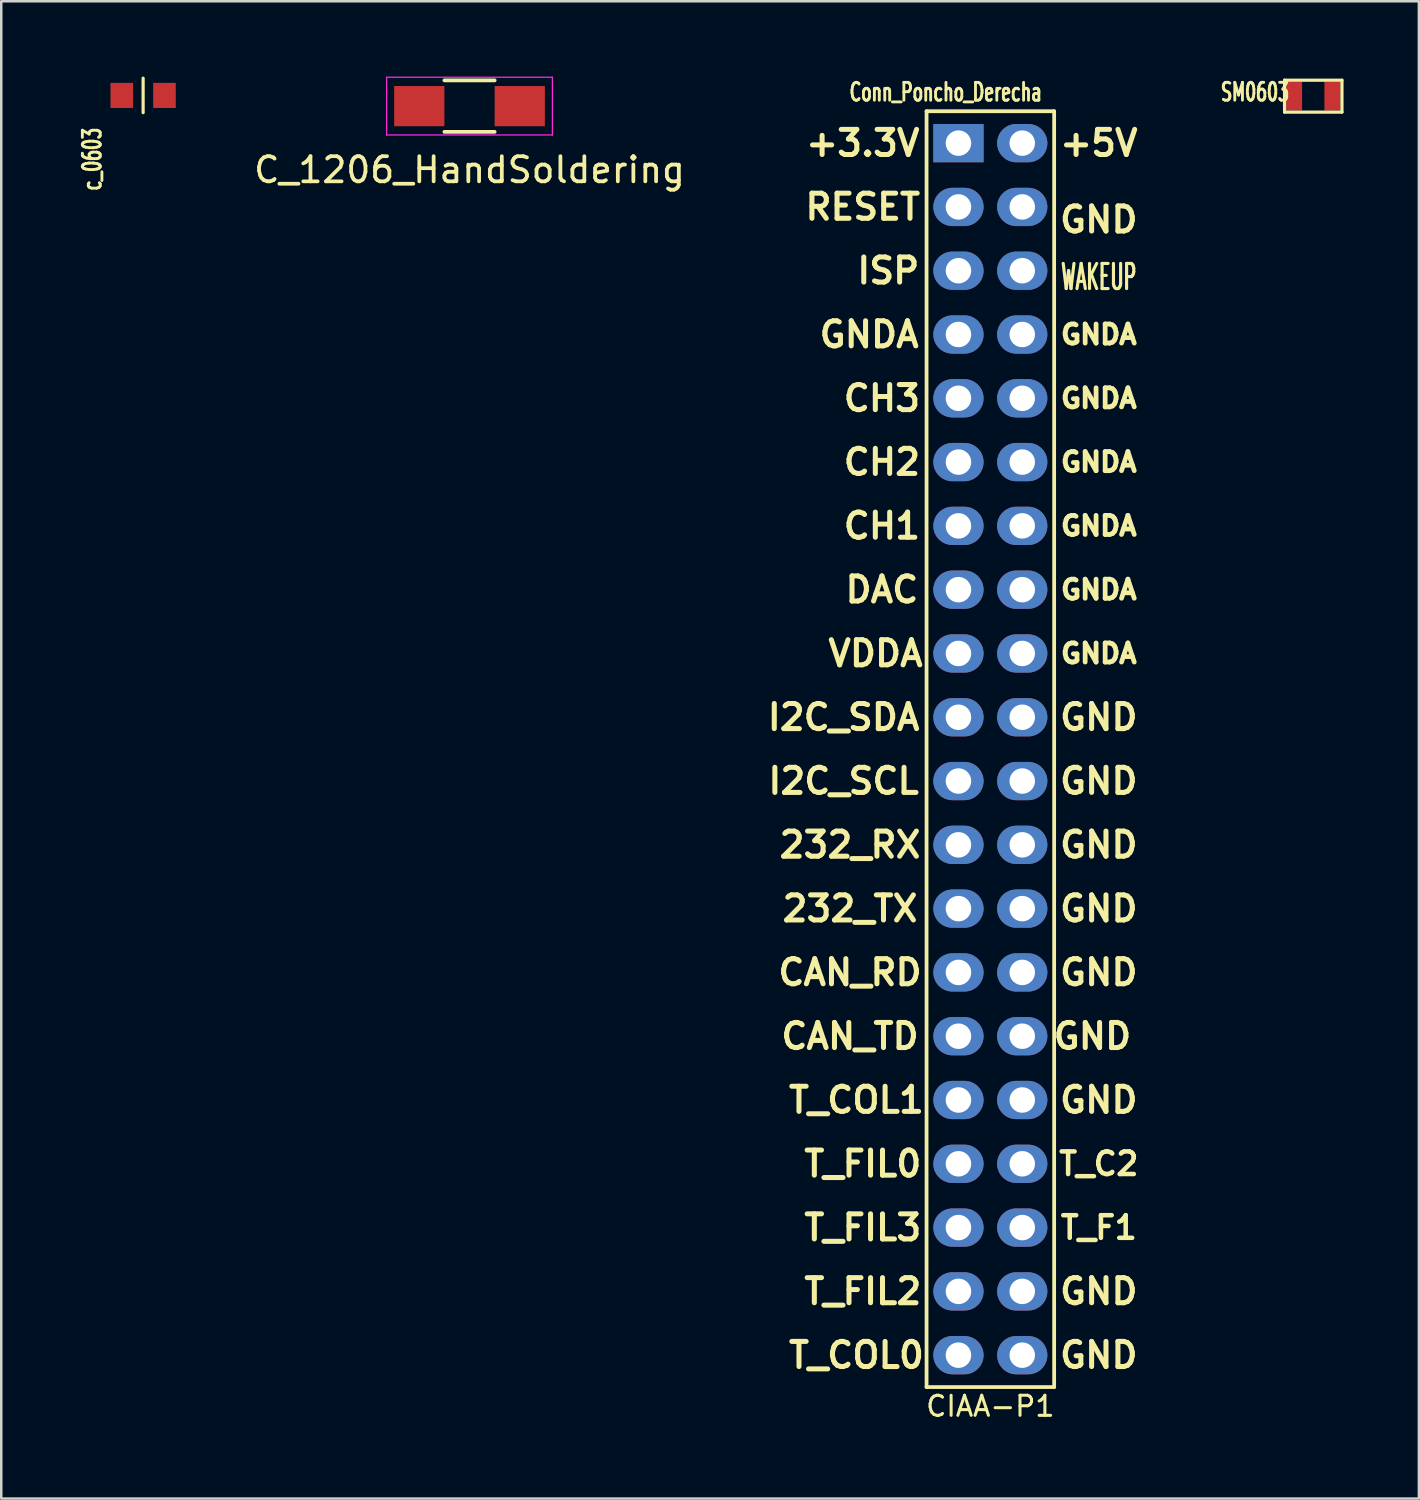
<source format=kicad_pcb>
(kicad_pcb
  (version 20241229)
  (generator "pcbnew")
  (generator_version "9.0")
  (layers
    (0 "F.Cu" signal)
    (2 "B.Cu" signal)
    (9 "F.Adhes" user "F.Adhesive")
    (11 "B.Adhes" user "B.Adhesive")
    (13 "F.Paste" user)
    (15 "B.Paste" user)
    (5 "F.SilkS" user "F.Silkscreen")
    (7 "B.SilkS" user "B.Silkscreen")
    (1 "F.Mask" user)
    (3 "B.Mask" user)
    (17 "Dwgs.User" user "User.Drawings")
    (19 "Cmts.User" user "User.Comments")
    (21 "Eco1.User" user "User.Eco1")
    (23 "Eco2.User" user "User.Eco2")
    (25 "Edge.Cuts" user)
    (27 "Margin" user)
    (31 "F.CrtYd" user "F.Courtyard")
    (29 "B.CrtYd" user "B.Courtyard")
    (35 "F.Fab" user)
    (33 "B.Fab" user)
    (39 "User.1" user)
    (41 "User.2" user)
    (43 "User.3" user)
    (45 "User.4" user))
  (footprint "Conn_Poncho_Derecha"
    (layer "F.Cu")
    (at 35.113 2.649)
    (property "Reference" "Conn_Poncho_Derecha" (at -0.508 -2.032 0) (layer "F.SilkS") (effects (font (size 0.711 0.457) (thickness 0.114))))
    (attr through_hole)
    (fp_line (start -1.27 49.53) (end -1.27 -1.27) (stroke (width 0.15) (type solid)) (layer "F.SilkS"))
    (fp_line (start 3.81 -1.27) (end -1.27 -1.27) (stroke (width 0.15) (type solid)) (layer "F.SilkS"))
    (fp_line (start 3.81 49.53) (end -1.27 49.53) (stroke (width 0.15) (type solid)) (layer "F.SilkS"))
    (fp_line (start 3.81 49.53) (end 3.81 -1.27) (stroke (width 0.15) (type solid)) (layer "F.SilkS"))
    (fp_text user "CH3" (at -3.048 10.16 0) (layer "F.SilkS") (effects (font (size 1 1) (thickness 0.2))))
    (fp_text user "T_FIL0" (at -3.81 40.64 0) (layer "F.SilkS") (effects (font (size 1 1) (thickness 0.2))))
    (fp_text user "CH2" (at -3.048 12.7 0) (layer "F.SilkS") (effects (font (size 1 1) (thickness 0.2))))
    (fp_text user "GND" (at 5.588 33.02 0) (layer "F.SilkS") (effects (font (size 1 1) (thickness 0.2))))
    (fp_text user "T_COL0" (at -4.064 48.26 0) (layer "F.SilkS") (effects (font (size 1 1) (thickness 0.2))))
    (fp_text user "T_F1" (at 5.588 43.18 0) (layer "F.SilkS") (effects (font (size 0.9 0.9) (thickness 0.18))))
    (fp_text user "T_FIL2" (at -3.81 45.72 0) (layer "F.SilkS") (effects (font (size 1 1) (thickness 0.2))))
    (fp_text user "T_C2" (at 5.588 40.64 0) (layer "F.SilkS") (effects (font (size 0.9 0.9) (thickness 0.18))))
    (fp_text user "DAC" (at -3.048 17.78 0) (layer "F.SilkS") (effects (font (size 1 1) (thickness 0.2))))
    (fp_text user "+5V" (at 5.588 0 0) (layer "F.SilkS") (effects (font (size 1 1) (thickness 0.2))))
    (fp_text user "GNDA" (at 5.588 10.16 0) (layer "F.SilkS") (effects (font (size 0.76 0.76) (thickness 0.19))))
    (fp_text user "GND" (at 5.588 27.94 0) (layer "F.SilkS") (effects (font (size 1 1) (thickness 0.2))))
    (fp_text user "GNDA" (at 5.588 12.7 0) (layer "F.SilkS") (effects (font (size 0.76 0.76) (thickness 0.19))))
    (fp_text user "CIAA-P1" (at 1.27 50.292 0) (layer "F.SilkS") (effects (font (size 0.8 0.8) (thickness 0.12))))
    (fp_text user "GND" (at 5.588 38.1 0) (layer "F.SilkS") (effects (font (size 1 1) (thickness 0.2))))
    (fp_text user "GNDA" (at 5.588 20.32 0) (layer "F.SilkS") (effects (font (size 0.76 0.76) (thickness 0.19))))
    (fp_text user "I2C_SDA" (at -4.572 22.86 0) (layer "F.SilkS") (effects (font (size 1 1) (thickness 0.2))))
    (fp_text user "232_RX" (at -4.318 27.94 0) (layer "F.SilkS") (effects (font (size 1 1) (thickness 0.2))))
    (fp_text user "GNDA" (at -3.556 7.62 0) (layer "F.SilkS") (effects (font (size 1 1) (thickness 0.2))))
    (fp_text user "GNDA" (at 5.588 7.62 0) (layer "F.SilkS") (effects (font (size 0.76 0.76) (thickness 0.19))))
    (fp_text user "GNDA" (at 5.588 15.24 0) (layer "F.SilkS") (effects (font (size 0.76 0.76) (thickness 0.19))))
    (fp_text user "GND" (at 5.588 22.86 0) (layer "F.SilkS") (effects (font (size 1 1) (thickness 0.2))))
    (fp_text user "GND" (at 5.334 35.56 0) (layer "F.SilkS") (effects (font (size 1 1) (thickness 0.2))))
    (fp_text user "GND" (at 5.588 48.26 0) (layer "F.SilkS") (effects (font (size 1 1) (thickness 0.2))))
    (fp_text user "232_TX" (at -4.318 30.48 0) (layer "F.SilkS") (effects (font (size 1 1) (thickness 0.2))))
    (fp_text user "GND" (at 5.588 45.72 0) (layer "F.SilkS") (effects (font (size 1 1) (thickness 0.2))))
    (fp_text user "GND" (at 5.588 3.048 0) (layer "F.SilkS") (effects (font (size 1 1) (thickness 0.2))))
    (fp_text user "GNDA" (at 5.588 17.78 0) (layer "F.SilkS") (effects (font (size 0.76 0.76) (thickness 0.19))))
    (fp_text user "CAN_TD" (at -4.318 35.56 0) (layer "F.SilkS") (effects (font (size 1 1) (thickness 0.2))))
    (fp_text user "CAN_RD" (at -4.318 33.02 0) (layer "F.SilkS") (effects (font (size 1 1) (thickness 0.2))))
    (fp_text user "I2C_SCL" (at -4.572 25.4 0) (layer "F.SilkS") (effects (font (size 1 1) (thickness 0.2))))
    (fp_text user "RESET" (at -3.81 2.54 0) (layer "F.SilkS") (effects (font (size 1 1) (thickness 0.2))))
    (fp_text user "GND" (at 5.588 30.48 0) (layer "F.SilkS") (effects (font (size 1 1) (thickness 0.2))))
    (fp_text user "GND" (at 5.588 25.4 0) (layer "F.SilkS") (effects (font (size 1 1) (thickness 0.2))))
    (fp_text user "VDDA" (at -3.302 20.32 0) (layer "F.SilkS") (effects (font (size 1 1) (thickness 0.2))))
    (fp_text user "T_COL1" (at -4.064 38.1 0) (layer "F.SilkS") (effects (font (size 1 1) (thickness 0.2))))
    (fp_text user "CH1" (at -3.048 15.24 0) (layer "F.SilkS") (effects (font (size 1 1) (thickness 0.2))))
    (fp_text user "WAKEUP" (at 5.588 5.334 0) (layer "F.SilkS") (effects (font (size 1 0.5) (thickness 0.125))))
    (fp_text user "ISP" (at -2.794 5.08 0) (layer "F.SilkS") (effects (font (size 1 1) (thickness 0.2))))
    (fp_text user "+3.3V" (at -3.81 0 0) (layer "F.SilkS") (effects (font (size 1 1) (thickness 0.2))))
    (fp_text user "T_FIL3" (at -3.81 43.18 0) (layer "F.SilkS") (effects (font (size 1 1) (thickness 0.2))))
    (pad "1" thru_hole rect (at 0 0 270) (size 1.524 2) (drill 1.016) (layers "*.Cu" "*.Mask"))
    (pad "2" thru_hole oval (at 2.54 0 270) (size 1.524 2) (drill 1.016) (layers "*.Cu" "*.Mask"))
    (pad "3" thru_hole oval (at 0 2.54 270) (size 1.524 2) (drill 1.016) (layers "*.Cu" "*.Mask"))
    (pad "4" thru_hole oval (at 2.54 2.54 270) (size 1.524 2) (drill 1.016) (layers "*.Cu" "*.Mask"))
    (pad "5" thru_hole oval (at 0 5.08 270) (size 1.524 2) (drill 1.016) (layers "*.Cu" "*.Mask"))
    (pad "6" thru_hole oval (at 2.54 5.08 270) (size 1.524 2) (drill 1.016) (layers "*.Cu" "*.Mask"))
    (pad "7" thru_hole oval (at 0 7.62 270) (size 1.524 2) (drill 1.016) (layers "*.Cu" "*.Mask"))
    (pad "8" thru_hole oval (at 2.54 7.62 270) (size 1.524 2) (drill 1.016) (layers "*.Cu" "*.Mask"))
    (pad "9" thru_hole oval (at 0 10.16 270) (size 1.524 2) (drill 1.016) (layers "*.Cu" "*.Mask"))
    (pad "10" thru_hole oval (at 2.54 10.16 270) (size 1.524 2) (drill 1.016) (layers "*.Cu" "*.Mask"))
    (pad "11" thru_hole oval (at 0 12.7 270) (size 1.524 2) (drill 1.016) (layers "*.Cu" "*.Mask"))
    (pad "12" thru_hole oval (at 2.54 12.7 270) (size 1.524 2) (drill 1.016) (layers "*.Cu" "*.Mask"))
    (pad "13" thru_hole oval (at 0 15.24 270) (size 1.524 2) (drill 1.016) (layers "*.Cu" "*.Mask"))
    (pad "14" thru_hole oval (at 2.54 15.24 270) (size 1.524 2) (drill 1.016) (layers "*.Cu" "*.Mask"))
    (pad "15" thru_hole oval (at 0 17.78 270) (size 1.524 2) (drill 1.016) (layers "*.Cu" "*.Mask"))
    (pad "16" thru_hole oval (at 2.54 17.78 270) (size 1.524 2) (drill 1.016) (layers "*.Cu" "*.Mask"))
    (pad "17" thru_hole oval (at 0 20.32 270) (size 1.524 2) (drill 1.016) (layers "*.Cu" "*.Mask"))
    (pad "18" thru_hole oval (at 2.54 20.32 270) (size 1.524 2) (drill 1.016) (layers "*.Cu" "*.Mask"))
    (pad "19" thru_hole oval (at 0 22.86 270) (size 1.524 2) (drill 1.016) (layers "*.Cu" "*.Mask"))
    (pad "20" thru_hole oval (at 2.54 22.86 270) (size 1.524 2) (drill 1.016) (layers "*.Cu" "*.Mask"))
    (pad "21" thru_hole oval (at 0 25.4 270) (size 1.524 2) (drill 1.016) (layers "*.Cu" "*.Mask"))
    (pad "22" thru_hole oval (at 2.54 25.4 270) (size 1.524 2) (drill 1.016) (layers "*.Cu" "*.Mask"))
    (pad "23" thru_hole oval (at 0 27.94 270) (size 1.524 2) (drill 1.016) (layers "*.Cu" "*.Mask"))
    (pad "24" thru_hole oval (at 2.54 27.94 270) (size 1.524 2) (drill 1.016) (layers "*.Cu" "*.Mask"))
    (pad "25" thru_hole oval (at 0 30.48 270) (size 1.524 2) (drill 1.016) (layers "*.Cu" "*.Mask"))
    (pad "26" thru_hole oval (at 2.54 30.48 270) (size 1.524 2) (drill 1.016) (layers "*.Cu" "*.Mask"))
    (pad "27" thru_hole oval (at 0 33.02 270) (size 1.524 2) (drill 1.016) (layers "*.Cu" "*.Mask"))
    (pad "28" thru_hole oval (at 2.54 33.02 270) (size 1.524 2) (drill 1.016) (layers "*.Cu" "*.Mask"))
    (pad "29" thru_hole oval (at 0 35.56 270) (size 1.524 2) (drill 1.016) (layers "*.Cu" "*.Mask"))
    (pad "30" thru_hole oval (at 2.54 35.56 270) (size 1.524 2) (drill 1.016) (layers "*.Cu" "*.Mask"))
    (pad "31" thru_hole oval (at 0 38.1 270) (size 1.524 2) (drill 1.016) (layers "*.Cu" "*.Mask"))
    (pad "32" thru_hole oval (at 2.54 38.1 270) (size 1.524 2) (drill 1.016) (layers "*.Cu" "*.Mask"))
    (pad "33" thru_hole oval (at 0 40.64 270) (size 1.524 2) (drill 1.016) (layers "*.Cu" "*.Mask"))
    (pad "34" thru_hole oval (at 2.54 40.64 270) (size 1.524 2) (drill 1.016) (layers "*.Cu" "*.Mask"))
    (pad "35" thru_hole oval (at 0 43.18 270) (size 1.524 2) (drill 1.016) (layers "*.Cu" "*.Mask"))
    (pad "36" thru_hole oval (at 2.54 43.18 270) (size 1.524 2) (drill 1.016) (layers "*.Cu" "*.Mask"))
    (pad "37" thru_hole oval (at 0 45.72 270) (size 1.524 2) (drill 1.016) (layers "*.Cu" "*.Mask"))
    (pad "38" thru_hole oval (at 2.54 45.72 270) (size 1.524 2) (drill 1.016) (layers "*.Cu" "*.Mask"))
    (pad "39" thru_hole oval (at 0 48.26 270) (size 1.524 2) (drill 1.016) (layers "*.Cu" "*.Mask"))
    (pad "40" thru_hole oval (at 2.54 48.26 270) (size 1.524 2) (drill 1.016) (layers "*.Cu" "*.Mask")))
  (footprint "C_1206_HandSoldering"
    (layer "F.Cu")
    (at 15.645 1.175)
    (property "Reference" "C_1206_HandSoldering" (at 0 2.54 0) (layer "F.SilkS") (effects (font (size 1 1) (thickness 0.15))))
    (attr smd)
    (fp_line (start -1 1.025) (end 1 1.025) (stroke (width 0.15) (type solid)) (layer "F.SilkS"))
    (fp_line (start 1 -1.025) (end -1 -1.025) (stroke (width 0.15) (type solid)) (layer "F.SilkS"))
    (fp_line (start -3.3 -1.15) (end -3.3 1.15) (stroke (width 0.05) (type solid)) (layer "F.CrtYd"))
    (fp_line (start -3.3 -1.15) (end 3.3 -1.15) (stroke (width 0.05) (type solid)) (layer "F.CrtYd"))
    (fp_line (start -3.3 1.15) (end 3.3 1.15) (stroke (width 0.05) (type solid)) (layer "F.CrtYd"))
    (fp_line (start 3.3 -1.15) (end 3.3 1.15) (stroke (width 0.05) (type solid)) (layer "F.CrtYd"))
    (pad "1" smd rect (at -2 0) (size 2 1.6) (layers "F.Cu" "F.Mask" "F.Paste"))
    (pad "2" smd rect (at 2 0) (size 2 1.6) (layers "F.Cu" "F.Mask" "F.Paste")))
  (footprint "SM0603"
    (layer "F.Cu")
    (at 49.24 0.779)
    (property "Reference" "SM0603" (at -2.319 -0.163 0) (layer "F.SilkS") (effects (font (size 0.711 0.457) (thickness 0.114))))
    (attr smd)
    (fp_line (start -1.143 -0.635) (end 1.143 -0.635) (stroke (width 0.127) (type solid)) (layer "F.SilkS"))
    (fp_line (start -1.143 0.635) (end -1.143 -0.635) (stroke (width 0.127) (type solid)) (layer "F.SilkS"))
    (fp_line (start 1.143 -0.635) (end 1.143 0.635) (stroke (width 0.127) (type solid)) (layer "F.SilkS"))
    (fp_line (start 1.143 0.635) (end -1.143 0.635) (stroke (width 0.127) (type solid)) (layer "F.SilkS"))
    (pad "1" smd rect (at -0.762 0) (size 0.635 1.143) (layers "F.Cu" "F.Mask" "F.Paste"))
    (pad "2" smd rect (at 0.762 0) (size 0.635 1.143) (layers "F.Cu" "F.Mask" "F.Paste")))
  (footprint "c_0603"
    (layer "F.Cu")
    (at 2.649 0.749)
    (property "Reference" "c_0603" (at -2.032 2.54 270) (layer "F.SilkS") (effects (font (size 0.711 0.457) (thickness 0.114))))
    (attr through_hole)
    (fp_line (start 0 -0.686) (end 0 0.686) (stroke (width 0.127) (type solid)) (layer "F.SilkS"))
    (pad "1" smd rect (at 0.85 0) (size 0.899 1.001) (layers "F.Cu" "F.Mask" "F.Paste"))
    (pad "2" smd rect (at -0.85 0) (size 0.899 1.001) (layers "F.Cu" "F.Mask" "F.Paste")))
  (gr_rect
    (start -3 -3)
    (end 53.446 56.619)
    (stroke (width 0.1) (type default))
    (fill no)
    (layer "Edge.Cuts")))
</source>
